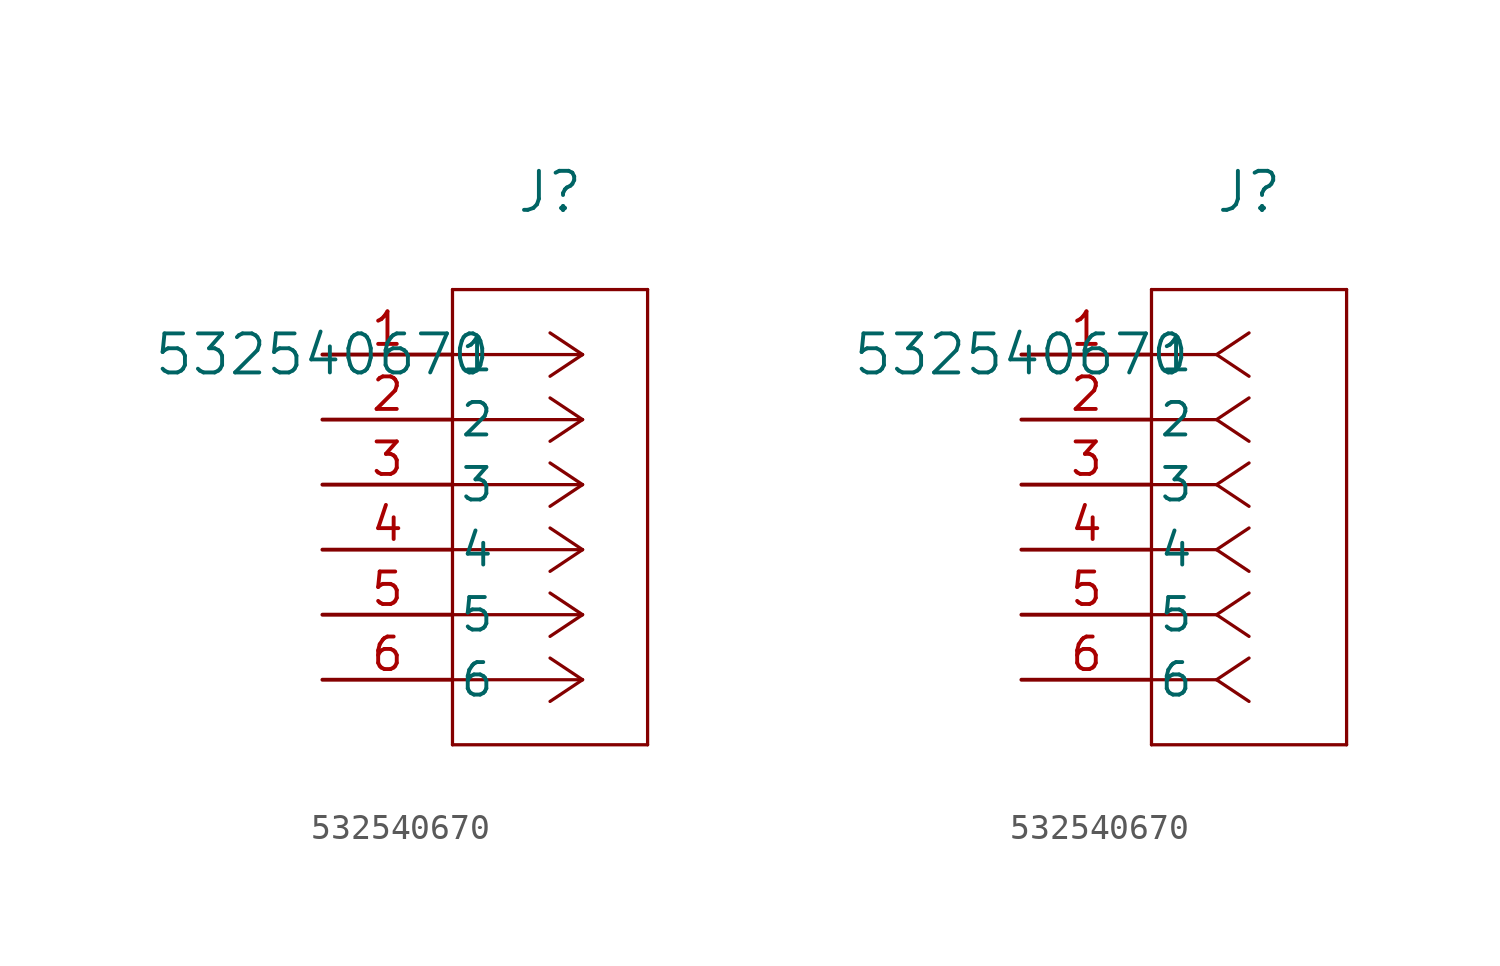
<source format=kicad_sym>
(kicad_symbol_lib
  (version 20211014)
  (generator kicad_symbol_editor)
  (symbol "532540670"
    (pin_names
      (offset 0.254))
    (property "Reference" "J"
      (at 8.89 6.35 0)
      (effects (font (size 1.524 1.524))))
    (property "Value" "532540670"
      (at 0 0 0)
      (effects (font (size 1.524 1.524))))
    (symbol "532540670_1_1"
      (polyline (pts (xy 10.16 0) (xy 5.08 0)) (stroke (width 0.127) (type default) (color 0 0 0 0)) (fill (type none)))
      (polyline (pts (xy 10.16 -2.54) (xy 5.08 -2.54)) (stroke (width 0.127) (type default) (color 0 0 0 0)) (fill (type none)))
      (polyline (pts (xy 10.16 -5.08) (xy 5.08 -5.08)) (stroke (width 0.127) (type default) (color 0 0 0 0)) (fill (type none)))
      (polyline (pts (xy 10.16 -7.62) (xy 5.08 -7.62)) (stroke (width 0.127) (type default) (color 0 0 0 0)) (fill (type none)))
      (polyline (pts (xy 10.16 -10.16) (xy 5.08 -10.16)) (stroke (width 0.127) (type default) (color 0 0 0 0)) (fill (type none)))
      (polyline (pts (xy 10.16 -12.7) (xy 5.08 -12.7)) (stroke (width 0.127) (type default) (color 0 0 0 0)) (fill (type none)))
      (polyline (pts (xy 10.16 0) (xy 8.89 0.847)) (stroke (width 0.127) (type default) (color 0 0 0 0)) (fill (type none)))
      (polyline (pts (xy 10.16 -2.54) (xy 8.89 -1.693)) (stroke (width 0.127) (type default) (color 0 0 0 0)) (fill (type none)))
      (polyline (pts (xy 10.16 -5.08) (xy 8.89 -4.233)) (stroke (width 0.127) (type default) (color 0 0 0 0)) (fill (type none)))
      (polyline (pts (xy 10.16 -7.62) (xy 8.89 -6.773)) (stroke (width 0.127) (type default) (color 0 0 0 0)) (fill (type none)))
      (polyline (pts (xy 10.16 -10.16) (xy 8.89 -9.313)) (stroke (width 0.127) (type default) (color 0 0 0 0)) (fill (type none)))
      (polyline (pts (xy 10.16 -12.7) (xy 8.89 -11.853)) (stroke (width 0.127) (type default) (color 0 0 0 0)) (fill (type none)))
      (polyline (pts (xy 10.16 0) (xy 8.89 -0.847)) (stroke (width 0.127) (type default) (color 0 0 0 0)) (fill (type none)))
      (polyline (pts (xy 10.16 -2.54) (xy 8.89 -3.387)) (stroke (width 0.127) (type default) (color 0 0 0 0)) (fill (type none)))
      (polyline (pts (xy 10.16 -5.08) (xy 8.89 -5.927)) (stroke (width 0.127) (type default) (color 0 0 0 0)) (fill (type none)))
      (polyline (pts (xy 10.16 -7.62) (xy 8.89 -8.467)) (stroke (width 0.127) (type default) (color 0 0 0 0)) (fill (type none)))
      (polyline (pts (xy 10.16 -10.16) (xy 8.89 -11.007)) (stroke (width 0.127) (type default) (color 0 0 0 0)) (fill (type none)))
      (polyline (pts (xy 10.16 -12.7) (xy 8.89 -13.547)) (stroke (width 0.127) (type default) (color 0 0 0 0)) (fill (type none)))
      (polyline (pts (xy 5.08 2.54) (xy 5.08 -15.24)) (stroke (width 0.127) (type default) (color 0 0 0 0)) (fill (type none)))
      (polyline (pts (xy 5.08 -15.24) (xy 12.7 -15.24)) (stroke (width 0.127) (type default) (color 0 0 0 0)) (fill (type none)))
      (polyline (pts (xy 12.7 -15.24) (xy 12.7 2.54)) (stroke (width 0.127) (type default) (color 0 0 0 0)) (fill (type none)))
      (polyline (pts (xy 12.7 2.54) (xy 5.08 2.54)) (stroke (width 0.127) (type default) (color 0 0 0 0)) (fill (type none)))
      (pin unspecified line (at 0 0 0) (length 5.08) (name "1" (effects (font (size 1.27 1.27)))) (number "1" (effects (font (size 1.27 1.27)))))
      (pin unspecified line (at 0 -2.54 0) (length 5.08) (name "2" (effects (font (size 1.27 1.27)))) (number "2" (effects (font (size 1.27 1.27)))))
      (pin unspecified line (at 0 -5.08 0) (length 5.08) (name "3" (effects (font (size 1.27 1.27)))) (number "3" (effects (font (size 1.27 1.27)))))
      (pin unspecified line (at 0 -7.62 0) (length 5.08) (name "4" (effects (font (size 1.27 1.27)))) (number "4" (effects (font (size 1.27 1.27)))))
      (pin unspecified line (at 0 -10.16 0) (length 5.08) (name "5" (effects (font (size 1.27 1.27)))) (number "5" (effects (font (size 1.27 1.27)))))
      (pin unspecified line (at 0 -12.7 0) (length 5.08) (name "6" (effects (font (size 1.27 1.27)))) (number "6" (effects (font (size 1.27 1.27))))))
    (symbol "532540670_1_2"
      (polyline (pts (xy 7.62 0) (xy 5.08 0)) (stroke (width 0.127) (type default) (color 0 0 0 0)) (fill (type none)))
      (polyline (pts (xy 7.62 -2.54) (xy 5.08 -2.54)) (stroke (width 0.127) (type default) (color 0 0 0 0)) (fill (type none)))
      (polyline (pts (xy 7.62 -5.08) (xy 5.08 -5.08)) (stroke (width 0.127) (type default) (color 0 0 0 0)) (fill (type none)))
      (polyline (pts (xy 7.62 -7.62) (xy 5.08 -7.62)) (stroke (width 0.127) (type default) (color 0 0 0 0)) (fill (type none)))
      (polyline (pts (xy 7.62 -10.16) (xy 5.08 -10.16)) (stroke (width 0.127) (type default) (color 0 0 0 0)) (fill (type none)))
      (polyline (pts (xy 7.62 -12.7) (xy 5.08 -12.7)) (stroke (width 0.127) (type default) (color 0 0 0 0)) (fill (type none)))
      (polyline (pts (xy 7.62 0) (xy 8.89 0.847)) (stroke (width 0.127) (type default) (color 0 0 0 0)) (fill (type none)))
      (polyline (pts (xy 7.62 -2.54) (xy 8.89 -1.693)) (stroke (width 0.127) (type default) (color 0 0 0 0)) (fill (type none)))
      (polyline (pts (xy 7.62 -5.08) (xy 8.89 -4.233)) (stroke (width 0.127) (type default) (color 0 0 0 0)) (fill (type none)))
      (polyline (pts (xy 7.62 -7.62) (xy 8.89 -6.773)) (stroke (width 0.127) (type default) (color 0 0 0 0)) (fill (type none)))
      (polyline (pts (xy 7.62 -10.16) (xy 8.89 -9.313)) (stroke (width 0.127) (type default) (color 0 0 0 0)) (fill (type none)))
      (polyline (pts (xy 7.62 -12.7) (xy 8.89 -11.853)) (stroke (width 0.127) (type default) (color 0 0 0 0)) (fill (type none)))
      (polyline (pts (xy 7.62 0) (xy 8.89 -0.847)) (stroke (width 0.127) (type default) (color 0 0 0 0)) (fill (type none)))
      (polyline (pts (xy 7.62 -2.54) (xy 8.89 -3.387)) (stroke (width 0.127) (type default) (color 0 0 0 0)) (fill (type none)))
      (polyline (pts (xy 7.62 -5.08) (xy 8.89 -5.927)) (stroke (width 0.127) (type default) (color 0 0 0 0)) (fill (type none)))
      (polyline (pts (xy 7.62 -7.62) (xy 8.89 -8.467)) (stroke (width 0.127) (type default) (color 0 0 0 0)) (fill (type none)))
      (polyline (pts (xy 7.62 -10.16) (xy 8.89 -11.007)) (stroke (width 0.127) (type default) (color 0 0 0 0)) (fill (type none)))
      (polyline (pts (xy 7.62 -12.7) (xy 8.89 -13.547)) (stroke (width 0.127) (type default) (color 0 0 0 0)) (fill (type none)))
      (polyline (pts (xy 5.08 2.54) (xy 5.08 -15.24)) (stroke (width 0.127) (type default) (color 0 0 0 0)) (fill (type none)))
      (polyline (pts (xy 5.08 -15.24) (xy 12.7 -15.24)) (stroke (width 0.127) (type default) (color 0 0 0 0)) (fill (type none)))
      (polyline (pts (xy 12.7 -15.24) (xy 12.7 2.54)) (stroke (width 0.127) (type default) (color 0 0 0 0)) (fill (type none)))
      (polyline (pts (xy 12.7 2.54) (xy 5.08 2.54)) (stroke (width 0.127) (type default) (color 0 0 0 0)) (fill (type none)))
      (pin unspecified line (at 0 0 0) (length 5.08) (name "1" (effects (font (size 1.27 1.27)))) (number "1" (effects (font (size 1.27 1.27)))))
      (pin unspecified line (at 0 -2.54 0) (length 5.08) (name "2" (effects (font (size 1.27 1.27)))) (number "2" (effects (font (size 1.27 1.27)))))
      (pin unspecified line (at 0 -5.08 0) (length 5.08) (name "3" (effects (font (size 1.27 1.27)))) (number "3" (effects (font (size 1.27 1.27)))))
      (pin unspecified line (at 0 -7.62 0) (length 5.08) (name "4" (effects (font (size 1.27 1.27)))) (number "4" (effects (font (size 1.27 1.27)))))
      (pin unspecified line (at 0 -10.16 0) (length 5.08) (name "5" (effects (font (size 1.27 1.27)))) (number "5" (effects (font (size 1.27 1.27)))))
      (pin unspecified line (at 0 -12.7 0) (length 5.08) (name "6" (effects (font (size 1.27 1.27)))) (number "6" (effects (font (size 1.27 1.27))))))))
</source>
